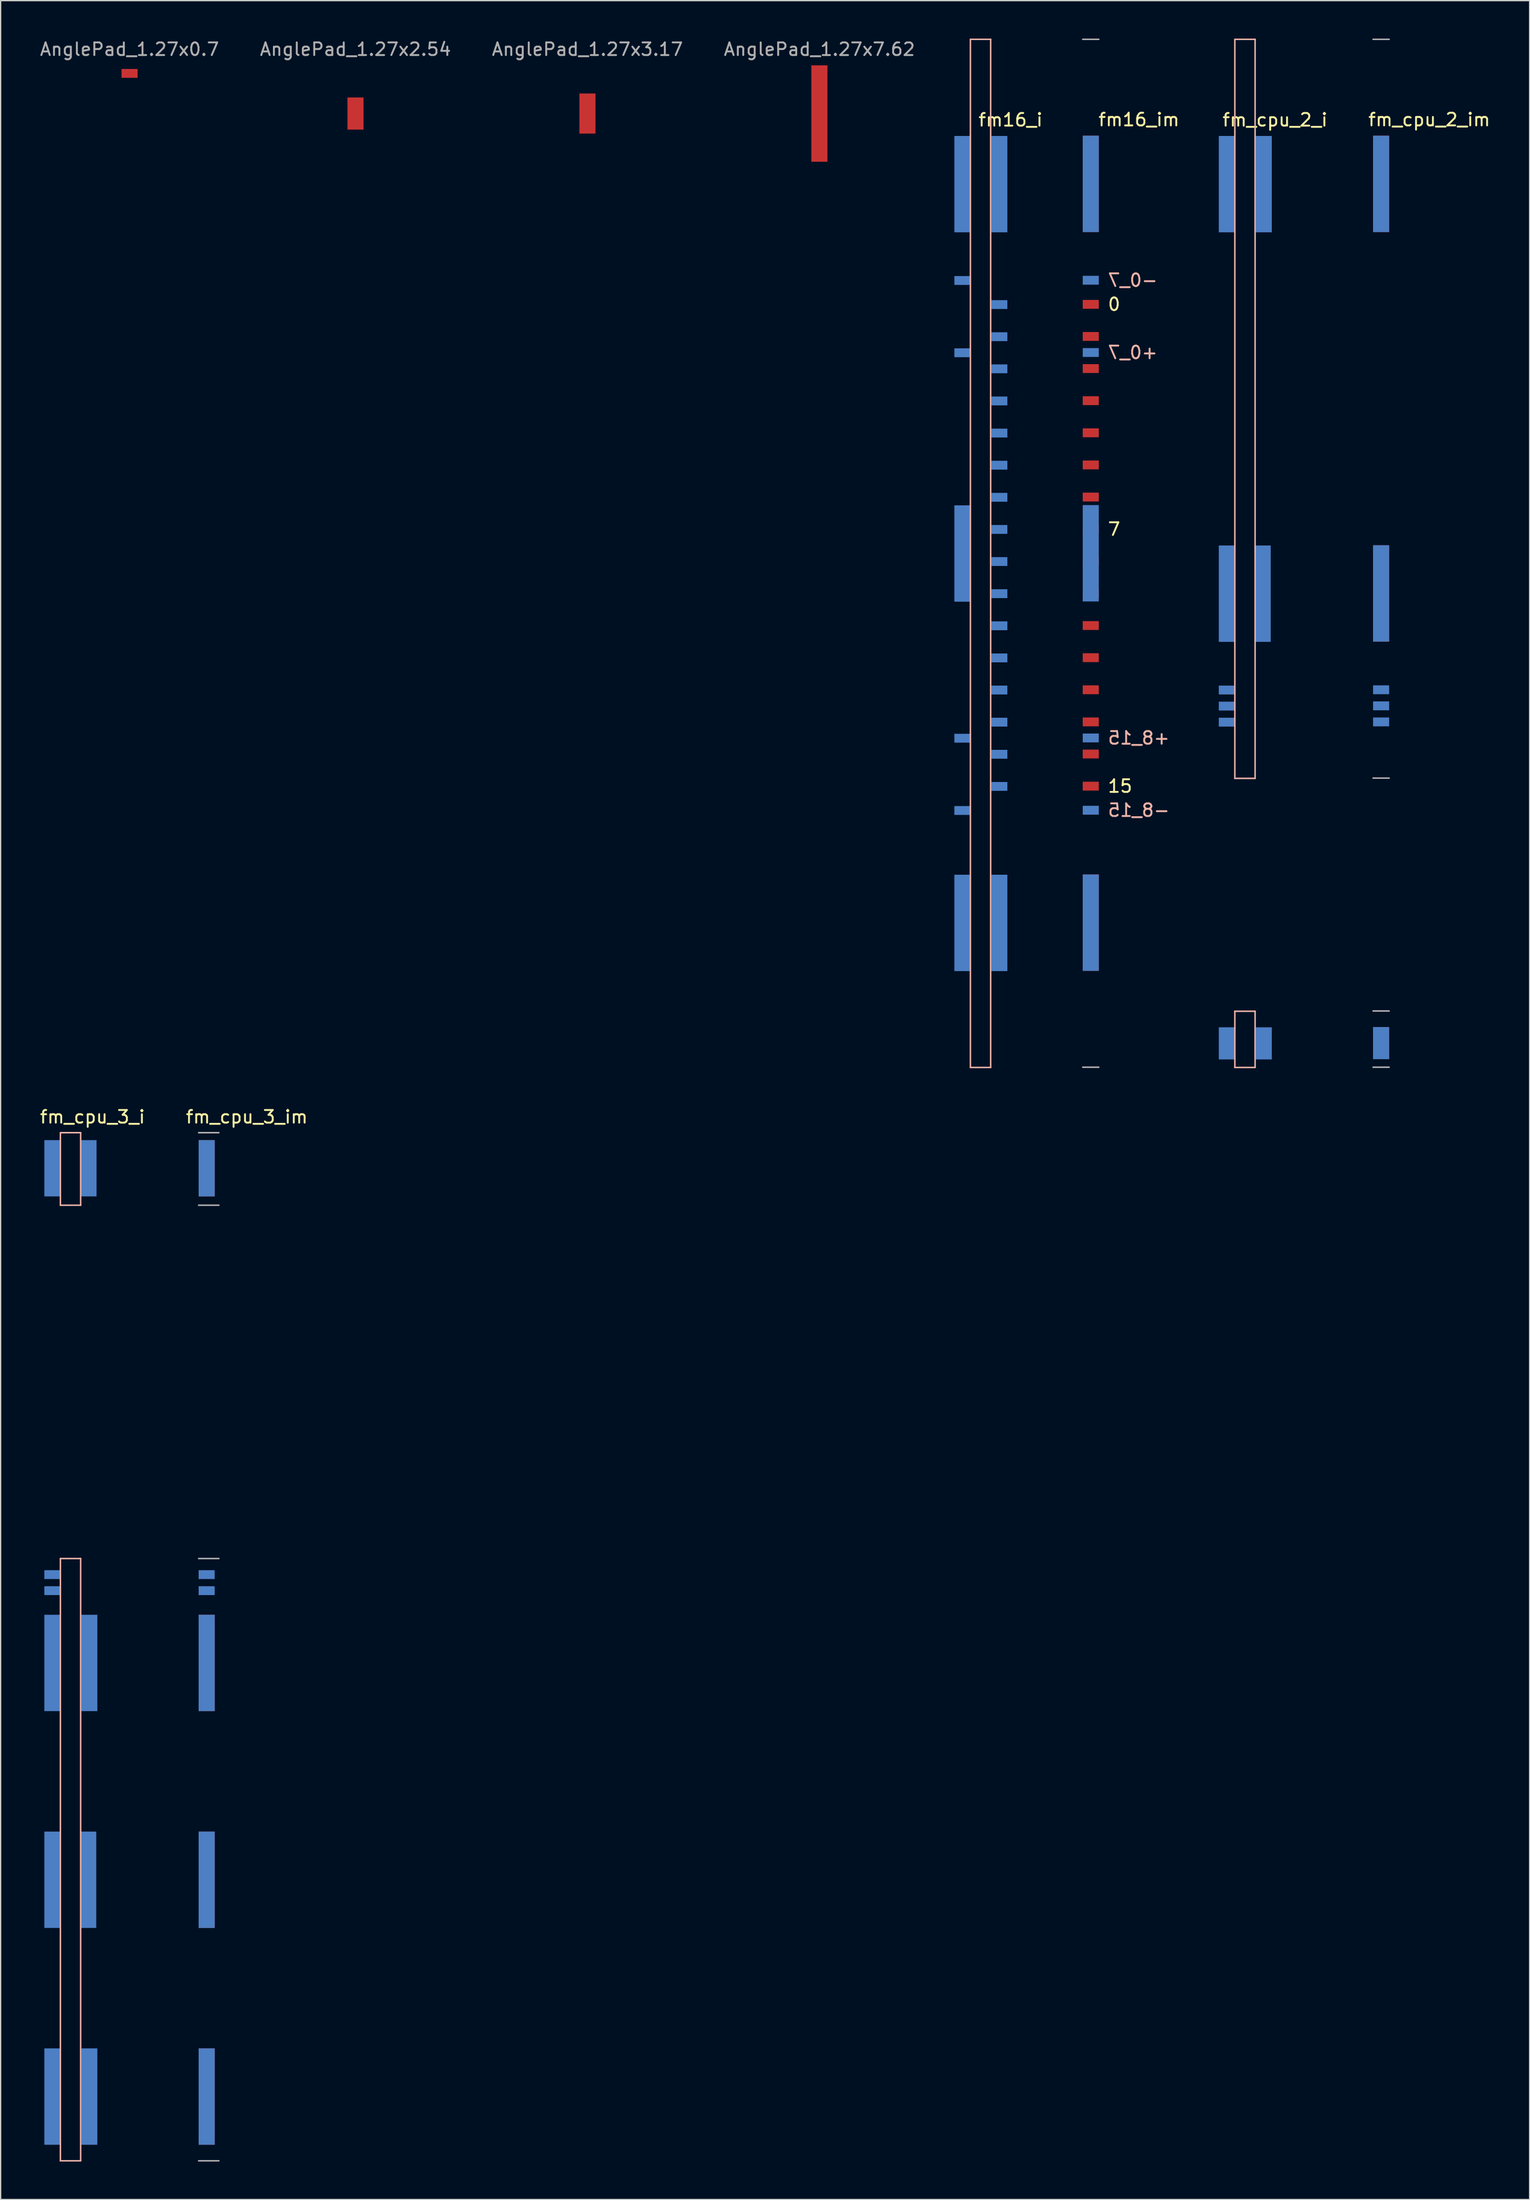
<source format=kicad_pcb>
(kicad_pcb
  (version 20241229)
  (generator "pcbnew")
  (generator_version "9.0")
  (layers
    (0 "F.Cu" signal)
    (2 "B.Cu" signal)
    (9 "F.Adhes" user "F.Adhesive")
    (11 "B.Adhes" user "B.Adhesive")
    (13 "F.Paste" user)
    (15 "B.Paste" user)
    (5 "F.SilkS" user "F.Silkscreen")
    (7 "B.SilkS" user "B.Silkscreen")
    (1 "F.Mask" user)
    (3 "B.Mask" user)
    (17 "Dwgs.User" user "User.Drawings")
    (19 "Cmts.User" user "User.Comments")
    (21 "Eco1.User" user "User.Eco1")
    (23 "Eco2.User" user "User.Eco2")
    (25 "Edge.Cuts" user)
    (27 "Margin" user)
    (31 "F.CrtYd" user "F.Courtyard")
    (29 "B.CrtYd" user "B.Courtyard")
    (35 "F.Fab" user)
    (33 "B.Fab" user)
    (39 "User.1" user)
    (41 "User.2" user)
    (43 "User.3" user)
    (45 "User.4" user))
  (footprint "fm_cpu_2_im"
    (layer "F.Cu")
    (at 108.72 12.125)
    (property "Reference" "fm_cpu_2_im" (at 1.27 -5.715 0) (layer "F.SilkS") (effects (font (size 1 1) (thickness 0.15))))
    (attr through_hole)
    (fp_line (start -3.175 -12.065) (end -1.905 -12.065) (stroke (width 0.12) (type solid)) (layer "F.Fab"))
    (fp_line (start -3.175 46.355) (end -1.905 46.355) (stroke (width 0.12) (type solid)) (layer "F.Fab"))
    (fp_line (start -3.175 64.77) (end -1.905 64.77) (stroke (width 0.12) (type solid)) (layer "F.Fab"))
    (fp_line (start -3.175 69.215) (end -1.905 69.215) (stroke (width 0.12) (type solid)) (layer "F.Fab"))
    (pad "1" smd rect (at -2.54 39.37) (size 1.27 0.7) (layers "B.Cu" "B.Mask" "B.Paste"))
    (pad "2" smd rect (at -2.54 40.64) (size 1.27 0.7) (layers "B.Cu" "B.Mask" "B.Paste"))
    (pad "3" smd rect (at -2.54 41.91) (size 1.27 0.7) (layers "B.Cu" "B.Mask" "B.Paste"))
    (pad "4" smd rect (at -2.54 -0.635) (size 1.27 7.62) (layers "F.Cu" "F.Mask" "F.Paste"))
    (pad "4" smd rect (at -2.54 -0.635) (size 1.27 7.62) (layers "B.Cu" "B.Mask" "B.Paste"))
    (pad "4" smd rect (at -2.54 31.75) (size 1.27 7.62) (layers "F.Cu" "F.Mask" "F.Paste"))
    (pad "4" smd rect (at -2.54 31.75) (size 1.27 7.62) (layers "B.Cu" "B.Mask" "B.Paste"))
    (pad "4" smd rect (at -2.54 67.31) (size 1.27 2.54) (layers "F.Cu" "F.Mask" "F.Paste"))
    (pad "4" smd rect (at -2.54 67.31) (size 1.27 2.54) (layers "B.Cu" "B.Mask" "B.Paste")))
  (footprint "fm16_i"
    (layer "F.Cu")
    (at 75.604 12.145)
    (property "Reference" "fm16_i" (at 1.27 -5.715 0) (layer "F.SilkS") (effects (font (size 1 1) (thickness 0.15))))
    (attr through_hole)
    (fp_line (start -1.905 -12.085) (end -0.305 -12.085) (stroke (width 0.12) (type solid)) (layer "B.SilkS"))
    (fp_line (start -1.905 -12.065) (end -1.905 69.215) (stroke (width 0.12) (type solid)) (layer "B.SilkS"))
    (fp_line (start -1.905 69.215) (end -0.305 69.215) (stroke (width 0.12) (type solid)) (layer "B.SilkS"))
    (fp_line (start -0.305 -12.085) (end -0.305 69.215) (stroke (width 0.12) (type solid)) (layer "B.SilkS"))
    (pad "1" smd rect (at 0.381 8.89) (size 1.27 0.7) (layers "B.Cu" "B.Mask" "B.Paste"))
    (pad "2" smd rect (at 0.381 11.43) (size 1.27 0.7) (layers "B.Cu" "B.Mask" "B.Paste"))
    (pad "3" smd rect (at 0.381 13.97) (size 1.27 0.7) (layers "B.Cu" "B.Mask" "B.Paste"))
    (pad "4" smd rect (at 0.381 16.51) (size 1.27 0.7) (layers "B.Cu" "B.Mask" "B.Paste"))
    (pad "5" smd rect (at 0.381 19.05) (size 1.27 0.7) (layers "B.Cu" "B.Mask" "B.Paste"))
    (pad "6" smd rect (at 0.381 21.59) (size 1.27 0.7) (layers "B.Cu" "B.Mask" "B.Paste"))
    (pad "7" smd rect (at 0.381 24.13) (size 1.27 0.7) (layers "B.Cu" "B.Mask" "B.Paste"))
    (pad "8" smd rect (at 0.381 26.67) (size 1.27 0.7) (layers "B.Cu" "B.Mask" "B.Paste"))
    (pad "9" smd rect (at 0.381 29.21) (size 1.27 0.7) (layers "B.Cu" "B.Mask" "B.Paste"))
    (pad "10" smd rect (at 0.381 31.75) (size 1.27 0.7) (layers "B.Cu" "B.Mask" "B.Paste"))
    (pad "11" smd rect (at 0.381 34.29) (size 1.27 0.7) (layers "B.Cu" "B.Mask" "B.Paste"))
    (pad "12" smd rect (at 0.381 36.83) (size 1.27 0.7) (layers "B.Cu" "B.Mask" "B.Paste"))
    (pad "13" smd rect (at 0.381 39.37) (size 1.27 0.7) (layers "B.Cu" "B.Mask" "B.Paste"))
    (pad "14" smd rect (at 0.381 41.91) (size 1.27 0.7) (layers "B.Cu" "B.Mask" "B.Paste"))
    (pad "15" smd rect (at 0.381 44.45) (size 1.27 0.7) (layers "B.Cu" "B.Mask" "B.Paste"))
    (pad "16" smd rect (at 0.381 46.99) (size 1.27 0.7) (layers "B.Cu" "B.Mask" "B.Paste"))
    (pad "17" smd rect (at -2.54 6.985) (size 1.27 0.7) (layers "B.Cu" "B.Mask" "B.Paste"))
    (pad "18" smd rect (at -2.54 12.7) (size 1.27 0.7) (layers "B.Cu" "B.Mask" "B.Paste"))
    (pad "19" smd rect (at -2.54 43.18) (size 1.27 0.7) (layers "B.Cu" "B.Mask" "B.Paste"))
    (pad "20" smd rect (at -2.54 48.895) (size 1.27 0.7) (layers "B.Cu" "B.Mask" "B.Paste"))
    (pad "21" smd rect (at -2.54 -0.635) (size 1.27 7.62) (layers "B.Cu" "B.Mask" "B.Paste"))
    (pad "22" smd rect (at -2.54 28.575) (size 1.27 7.62) (layers "B.Cu" "B.Mask" "B.Paste"))
    (pad "23" smd rect (at -2.54 57.785) (size 1.27 7.62) (layers "B.Cu" "B.Mask" "B.Paste"))
    (pad "24" smd rect (at 0.381 -0.635) (size 1.27 7.62) (layers "B.Cu" "B.Mask" "B.Paste"))
    (pad "25" smd rect (at 0.381 57.785) (size 1.27 7.62) (layers "B.Cu" "B.Mask" "B.Paste")))
  (footprint "fm_cpu_2_i"
    (layer "F.Cu")
    (at 96.518 12.145)
    (property "Reference" "fm_cpu_2_i" (at 1.27 -5.715 0) (layer "F.SilkS") (effects (font (size 1 1) (thickness 0.15))))
    (attr through_hole)
    (fp_line (start -1.905 -12.085) (end -0.305 -12.085) (stroke (width 0.12) (type solid)) (layer "B.SilkS"))
    (fp_line (start -1.905 46.355) (end -1.905 -12.065) (stroke (width 0.12) (type solid)) (layer "B.SilkS"))
    (fp_line (start -1.905 46.355) (end -0.305 46.355) (stroke (width 0.12) (type solid)) (layer "B.SilkS"))
    (fp_line (start -1.905 64.77) (end -0.305 64.77) (stroke (width 0.12) (type solid)) (layer "B.SilkS"))
    (fp_line (start -1.905 69.215) (end -1.905 64.77) (stroke (width 0.12) (type solid)) (layer "B.SilkS"))
    (fp_line (start -1.905 69.215) (end -0.305 69.215) (stroke (width 0.12) (type solid)) (layer "B.SilkS"))
    (fp_line (start -0.305 46.355) (end -0.305 -12.085) (stroke (width 0.12) (type solid)) (layer "B.SilkS"))
    (fp_line (start -0.305 64.77) (end -0.305 69.215) (stroke (width 0.12) (type solid)) (layer "B.SilkS"))
    (pad "1" smd rect (at -2.54 39.37) (size 1.27 0.7) (layers "B.Cu" "B.Mask" "B.Paste"))
    (pad "2" smd rect (at -2.54 40.64) (size 1.27 0.7) (layers "B.Cu" "B.Mask" "B.Paste"))
    (pad "3" smd rect (at -2.54 41.91) (size 1.27 0.7) (layers "B.Cu" "B.Mask" "B.Paste"))
    (pad "4" smd rect (at -2.54 -0.635) (size 1.27 7.62) (layers "B.Cu" "B.Mask" "B.Paste"))
    (pad "4" smd rect (at -2.54 31.75) (size 1.27 7.62) (layers "B.Cu" "B.Mask" "B.Paste"))
    (pad "4" smd rect (at -2.54 67.31) (size 1.27 2.54) (layers "B.Cu" "B.Mask" "B.Paste"))
    (pad "4" smd rect (at 0.295 31.75) (size 1.27 7.62) (layers "B.Cu" "B.Mask" "B.Paste"))
    (pad "4" smd rect (at 0.381 -0.635) (size 1.27 7.62) (layers "B.Cu" "B.Mask" "B.Paste"))
    (pad "4" smd rect (at 0.381 67.31) (size 1.27 2.54) (layers "B.Cu" "B.Mask" "B.Paste")))
  (footprint "AnglePad_1.27x2.54"
    (layer "F.Cu")
    (at 25.065 5.928)
    (property "Reference" "AnglePad_1.27x2.54" (at 0 -5.08 0) (layer "F.Fab") (effects (font (size 1 1) (thickness 0.15))))
    (attr through_hole)
    (pad "1" smd rect (at 0 0) (size 1.27 2.54) (layers "F.Cu" "F.Mask" "F.Paste")))
  (footprint "AnglePad_1.27x0.7"
    (layer "F.Cu")
    (at 7.196 2.753)
    (property "Reference" "AnglePad_1.27x0.7" (at 0 -1.905 0) (layer "F.Fab") (effects (font (size 1 1) (thickness 0.15))))
    (attr through_hole)
    (pad "1" smd rect (at 0 0) (size 1.27 0.7) (layers "F.Cu" "F.Mask" "F.Paste")))
  (footprint "fm_cpu_3_im"
    (layer "F.Cu")
    (at 15.835 98.603)
    (property "Reference" "fm_cpu_3_im" (at 0.635 -13.335 0) (layer "F.SilkS") (effects (font (size 1 1) (thickness 0.15))))
    (attr through_hole)
    (fp_line (start -3.175 -12.085) (end -1.575 -12.085) (stroke (width 0.12) (type solid)) (layer "F.Fab"))
    (fp_line (start -3.175 -6.35) (end -1.575 -6.35) (stroke (width 0.12) (type solid)) (layer "F.Fab"))
    (fp_line (start -3.175 21.59) (end -1.575 21.59) (stroke (width 0.12) (type solid)) (layer "F.Fab"))
    (fp_line (start -3.175 69.215) (end -1.575 69.215) (stroke (width 0.12) (type solid)) (layer "F.Fab"))
    (pad "1" smd rect (at -2.54 24.13) (size 1.27 0.7) (layers "B.Cu" "B.Mask" "B.Paste"))
    (pad "2" smd rect (at -2.54 22.86) (size 1.27 0.7) (layers "B.Cu" "B.Mask" "B.Paste"))
    (pad "3" smd rect (at -2.54 -9.271) (size 1.27 4.45) (layers "F.Cu" "F.Mask" "F.Paste"))
    (pad "3" smd rect (at -2.54 -9.271) (size 1.27 4.45) (layers "B.Cu" "B.Mask" "B.Paste"))
    (pad "3" smd rect (at -2.54 29.845) (size 1.27 7.62) (layers "F.Cu" "F.Mask" "F.Paste"))
    (pad "3" smd rect (at -2.54 29.845) (size 1.27 7.62) (layers "B.Cu" "B.Mask" "B.Paste"))
    (pad "3" smd rect (at -2.54 46.99) (size 1.27 7.62) (layers "F.Cu" "F.Mask" "F.Paste"))
    (pad "3" smd rect (at -2.54 46.99) (size 1.27 7.62) (layers "B.Cu" "B.Mask" "B.Paste"))
    (pad "3" smd rect (at -2.54 64.135) (size 1.27 7.62) (layers "F.Cu" "F.Mask" "F.Paste"))
    (pad "3" smd rect (at -2.54 64.135) (size 1.27 7.62) (layers "B.Cu" "B.Mask" "B.Paste")))
  (footprint "fm16_im"
    (layer "F.Cu")
    (at 85.757 12.125)
    (property "Reference" "fm16_im" (at 1.27 -5.715 0) (layer "F.SilkS") (effects (font (size 1 1) (thickness 0.15))))
    (attr through_hole)
    (fp_line (start -3.175 -12.065) (end -1.905 -12.065) (stroke (width 0.12) (type solid)) (layer "F.Fab"))
    (fp_line (start -3.175 69.215) (end -1.905 69.215) (stroke (width 0.12) (type solid)) (layer "F.Fab"))
    (fp_text user "15" (at -1.27 46.99 0) (layer "F.SilkS") (effects (font (size 1 1) (thickness 0.15)) (justify left)))
    (fp_text user "7" (at -1.27 26.67 0) (layer "F.SilkS") (effects (font (size 1 1) (thickness 0.15)) (justify left)))
    (fp_text user "0" (at -1.27 8.89 0) (layer "F.SilkS") (effects (font (size 1 1) (thickness 0.15)) (justify left)))
    (fp_text user "+0_7" (at -1.27 12.7 0) (layer "B.SilkS") (effects (font (size 1 1) (thickness 0.15)) (justify right mirror)))
    (fp_text user "-8_15" (at -1.27 48.895 0) (layer "B.SilkS") (effects (font (size 1 1) (thickness 0.15)) (justify right mirror)))
    (fp_text user "-0_7" (at -1.27 6.985 0) (layer "B.SilkS") (effects (font (size 1 1) (thickness 0.15)) (justify right mirror)))
    (fp_text user "+8_15" (at -1.27 43.18 0) (layer "B.SilkS") (effects (font (size 1 1) (thickness 0.15)) (justify right mirror)))
    (pad "1" smd rect (at -2.54 8.89) (size 1.27 0.7) (layers "F.Cu" "F.Mask" "F.Paste"))
    (pad "2" smd rect (at -2.54 11.43) (size 1.27 0.7) (layers "F.Cu" "F.Mask" "F.Paste"))
    (pad "3" smd rect (at -2.54 13.97) (size 1.27 0.7) (layers "F.Cu" "F.Mask" "F.Paste"))
    (pad "4" smd rect (at -2.54 16.51) (size 1.27 0.7) (layers "F.Cu" "F.Mask" "F.Paste"))
    (pad "5" smd rect (at -2.54 19.05) (size 1.27 0.7) (layers "F.Cu" "F.Mask" "F.Paste"))
    (pad "6" smd rect (at -2.54 21.59) (size 1.27 0.7) (layers "F.Cu" "F.Mask" "F.Paste"))
    (pad "7" smd rect (at -2.54 24.13) (size 1.27 0.7) (layers "F.Cu" "F.Mask" "F.Paste"))
    (pad "8" smd rect (at -2.54 26.67) (size 1.27 0.7) (layers "F.Cu" "F.Mask" "F.Paste"))
    (pad "9" smd rect (at -2.54 29.21) (size 1.27 0.7) (layers "F.Cu" "F.Mask" "F.Paste"))
    (pad "10" smd rect (at -2.54 31.75) (size 1.27 0.7) (layers "F.Cu" "F.Mask" "F.Paste"))
    (pad "11" smd rect (at -2.54 34.29) (size 1.27 0.7) (layers "F.Cu" "F.Mask" "F.Paste"))
    (pad "12" smd rect (at -2.54 36.83) (size 1.27 0.7) (layers "F.Cu" "F.Mask" "F.Paste"))
    (pad "13" smd rect (at -2.54 39.37) (size 1.27 0.7) (layers "F.Cu" "F.Mask" "F.Paste"))
    (pad "14" smd rect (at -2.54 41.91) (size 1.27 0.7) (layers "F.Cu" "F.Mask" "F.Paste"))
    (pad "15" smd rect (at -2.54 44.45) (size 1.27 0.7) (layers "F.Cu" "F.Mask" "F.Paste"))
    (pad "16" smd rect (at -2.54 46.99) (size 1.27 0.7) (layers "F.Cu" "F.Mask" "F.Paste"))
    (pad "17" smd rect (at -2.54 6.985) (size 1.27 0.7) (layers "B.Cu" "B.Mask" "B.Paste"))
    (pad "18" smd rect (at -2.54 12.7) (size 1.27 0.7) (layers "B.Cu" "B.Mask" "B.Paste"))
    (pad "19" smd rect (at -2.54 43.18) (size 1.27 0.7) (layers "B.Cu" "B.Mask" "B.Paste"))
    (pad "20" smd rect (at -2.54 48.895) (size 1.27 0.7) (layers "B.Cu" "B.Mask" "B.Paste"))
    (pad "21" smd rect (at -2.54 -0.635) (size 1.27 7.62) (layers "B.Cu" "B.Mask" "B.Paste"))
    (pad "22" smd rect (at -2.54 28.575) (size 1.27 7.62) (layers "B.Cu" "B.Mask" "B.Paste"))
    (pad "23" smd rect (at -2.54 57.785) (size 1.27 7.62) (layers "B.Cu" "B.Mask" "B.Paste"))
    (pad "24" smd rect (at -2.54 -0.635) (size 1.27 7.62) (layers "F.Cu" "F.Mask" "F.Paste"))
    (pad "25" smd rect (at -2.54 57.785) (size 1.27 7.62) (layers "F.Cu" "F.Mask" "F.Paste")))
  (footprint "fm_cpu_3_i"
    (layer "F.Cu")
    (at 3.633 98.603)
    (property "Reference" "fm_cpu_3_i" (at 0.635 -13.335 0) (layer "F.SilkS") (effects (font (size 1 1) (thickness 0.15))))
    (attr through_hole)
    (fp_line (start -1.905 -12.085) (end -0.305 -12.085) (stroke (width 0.12) (type solid)) (layer "B.SilkS"))
    (fp_line (start -1.905 -6.35) (end -1.905 -12.065) (stroke (width 0.12) (type solid)) (layer "B.SilkS"))
    (fp_line (start -1.905 -6.35) (end -0.305 -6.35) (stroke (width 0.12) (type solid)) (layer "B.SilkS"))
    (fp_line (start -1.905 21.59) (end -1.905 69.215) (stroke (width 0.12) (type solid)) (layer "B.SilkS"))
    (fp_line (start -1.905 21.59) (end -0.305 21.59) (stroke (width 0.12) (type solid)) (layer "B.SilkS"))
    (fp_line (start -1.905 69.215) (end -0.305 69.215) (stroke (width 0.12) (type solid)) (layer "B.SilkS"))
    (fp_line (start -0.305 -6.35) (end -0.305 -12.085) (stroke (width 0.12) (type solid)) (layer "B.SilkS"))
    (fp_line (start -0.305 21.59) (end -0.305 69.215) (stroke (width 0.12) (type solid)) (layer "B.SilkS"))
    (pad "1" smd rect (at -2.54 24.13) (size 1.27 0.7) (layers "B.Cu" "B.Mask" "B.Paste"))
    (pad "2" smd rect (at -2.54 22.86) (size 1.27 0.7) (layers "B.Cu" "B.Mask" "B.Paste"))
    (pad "3" smd rect (at -2.54 -9.271) (size 1.27 4.45) (layers "B.Cu" "B.Mask" "B.Paste"))
    (pad "3" smd rect (at -2.54 29.845) (size 1.27 7.62) (layers "B.Cu" "B.Mask" "B.Paste"))
    (pad "3" smd rect (at -2.54 46.99) (size 1.27 7.62) (layers "B.Cu" "B.Mask" "B.Paste"))
    (pad "3" smd rect (at -2.54 64.135) (size 1.27 7.62) (layers "B.Cu" "B.Mask" "B.Paste"))
    (pad "3" smd rect (at 0.295 46.99) (size 1.27 7.62) (layers "B.Cu" "B.Mask" "B.Paste"))
    (pad "3" smd rect (at 0.318 -9.271) (size 1.27 4.45) (layers "B.Cu" "B.Mask" "B.Paste"))
    (pad "3" smd rect (at 0.381 29.845) (size 1.27 7.62) (layers "B.Cu" "B.Mask" "B.Paste"))
    (pad "3" smd rect (at 0.381 64.135) (size 1.27 7.62) (layers "B.Cu" "B.Mask" "B.Paste")))
  (footprint "AnglePad_1.27x7.62"
    (layer "F.Cu")
    (at 61.756 5.928)
    (property "Reference" "AnglePad_1.27x7.62" (at 0 -5.08 0) (layer "F.Fab") (effects (font (size 1 1) (thickness 0.15))))
    (attr through_hole)
    (pad "1" smd rect (at 0 0) (size 1.27 7.62) (layers "F.Cu" "F.Mask" "F.Paste")))
  (footprint "AnglePad_1.27x3.17"
    (layer "F.Cu")
    (at 43.411 5.928)
    (property "Reference" "AnglePad_1.27x3.17" (at 0 -5.08 0) (layer "F.Fab") (effects (font (size 1 1) (thickness 0.15))))
    (attr through_hole)
    (pad "1" smd rect (at 0 0) (size 1.27 3.17) (layers "F.Cu" "F.Mask" "F.Paste")))
  (gr_rect
    (start -3 -3)
    (end 117.925 170.878)
    (stroke (width 0.1) (type default))
    (fill no)
    (layer "Edge.Cuts")))
</source>
